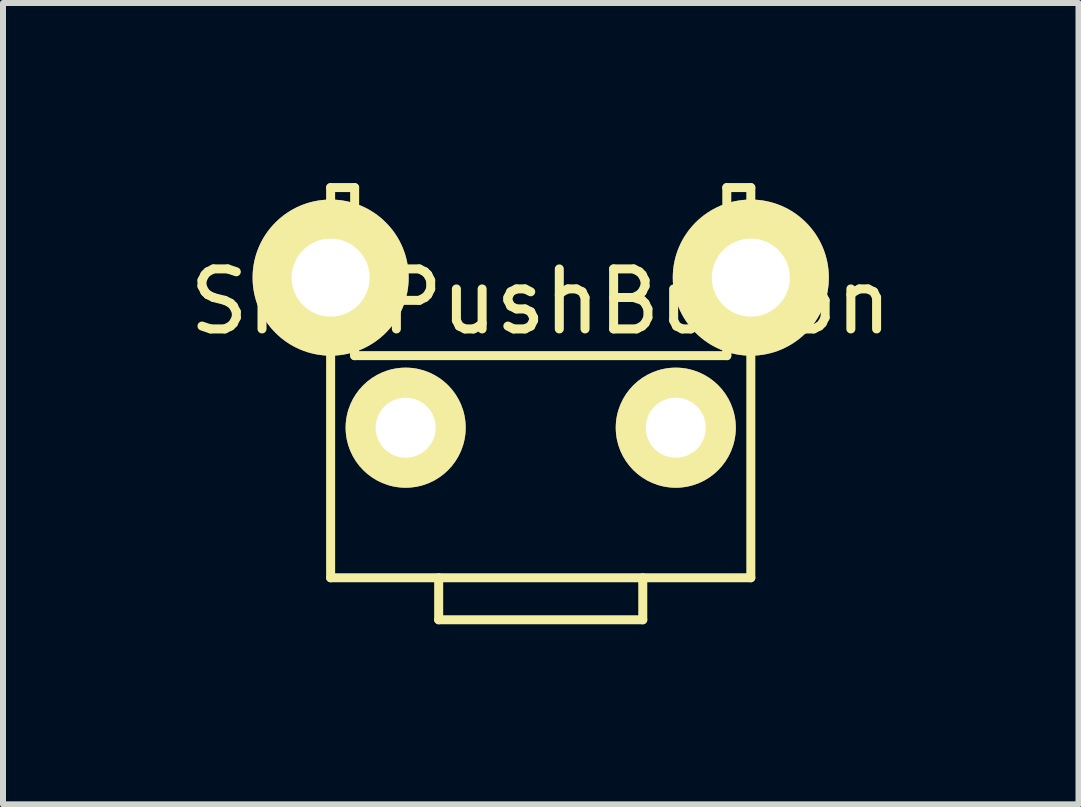
<source format=kicad_pcb>
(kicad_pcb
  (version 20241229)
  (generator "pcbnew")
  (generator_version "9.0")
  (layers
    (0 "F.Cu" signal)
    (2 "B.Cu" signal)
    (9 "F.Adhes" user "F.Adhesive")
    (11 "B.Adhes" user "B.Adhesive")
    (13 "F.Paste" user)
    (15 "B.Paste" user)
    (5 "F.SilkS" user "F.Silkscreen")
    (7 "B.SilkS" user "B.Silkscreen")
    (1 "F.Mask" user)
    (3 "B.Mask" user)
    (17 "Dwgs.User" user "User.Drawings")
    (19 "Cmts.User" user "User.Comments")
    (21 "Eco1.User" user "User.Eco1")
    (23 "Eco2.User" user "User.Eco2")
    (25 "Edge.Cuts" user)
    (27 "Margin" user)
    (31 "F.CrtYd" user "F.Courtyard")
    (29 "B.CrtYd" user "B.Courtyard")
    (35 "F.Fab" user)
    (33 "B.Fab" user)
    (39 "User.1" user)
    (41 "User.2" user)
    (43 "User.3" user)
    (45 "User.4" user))
  (footprint "SidePushButton"
    (layer "F.Cu")
    (at 5.958 4.075)
    (property "Reference" "SidePushButton" (at 0 -2.1 0) (layer "F.SilkS") (effects (font (size 1 1) (thickness 0.15))))
    (attr through_hole)
    (fp_line (start -3.5 -4) (end -3.5 2.5) (stroke (width 0.15) (type solid)) (layer "F.SilkS"))
    (fp_line (start -3.5 2.5) (end 3.5 2.5) (stroke (width 0.15) (type solid)) (layer "F.SilkS"))
    (fp_line (start -3.1 -4) (end -3.5 -4) (stroke (width 0.15) (type solid)) (layer "F.SilkS"))
    (fp_line (start -3.1 -1.2) (end -3.1 -4) (stroke (width 0.15) (type solid)) (layer "F.SilkS"))
    (fp_line (start -1.7 2.5) (end -1.7 3.2) (stroke (width 0.15) (type solid)) (layer "F.SilkS"))
    (fp_line (start -1.7 3.2) (end 1.7 3.2) (stroke (width 0.15) (type solid)) (layer "F.SilkS"))
    (fp_line (start 1.7 3.2) (end 1.7 2.5) (stroke (width 0.15) (type solid)) (layer "F.SilkS"))
    (fp_line (start 3.1 -4) (end 3.1 -1.2) (stroke (width 0.15) (type solid)) (layer "F.SilkS"))
    (fp_line (start 3.1 -1.2) (end -3.1 -1.2) (stroke (width 0.15) (type solid)) (layer "F.SilkS"))
    (fp_line (start 3.5 -4) (end 3.1 -4) (stroke (width 0.15) (type solid)) (layer "F.SilkS"))
    (fp_line (start 3.5 2.5) (end 3.5 -4) (stroke (width 0.15) (type solid)) (layer "F.SilkS"))
    (pad "" thru_hole oval (at -3.5 -2.5) (size 2.6 2.6) (drill 1.3) (layers "*.Cu" "*.Mask" "F.SilkS"))
    (pad "" thru_hole oval (at 3.5 -2.5) (size 2.6 2.6) (drill 1.3) (layers "*.Cu" "*.Mask" "F.SilkS"))
    (pad "1" thru_hole oval (at -2.25 0) (size 2 2) (drill 1) (layers "*.Cu" "*.Mask" "F.SilkS"))
    (pad "2" thru_hole oval (at 2.25 0) (size 2 2) (drill 1) (layers "*.Cu" "*.Mask" "F.SilkS")))
  (gr_rect
    (start -3 -3)
    (end 14.917 10.35)
    (stroke (width 0.1) (type default))
    (fill no)
    (layer "Edge.Cuts")))
</source>
